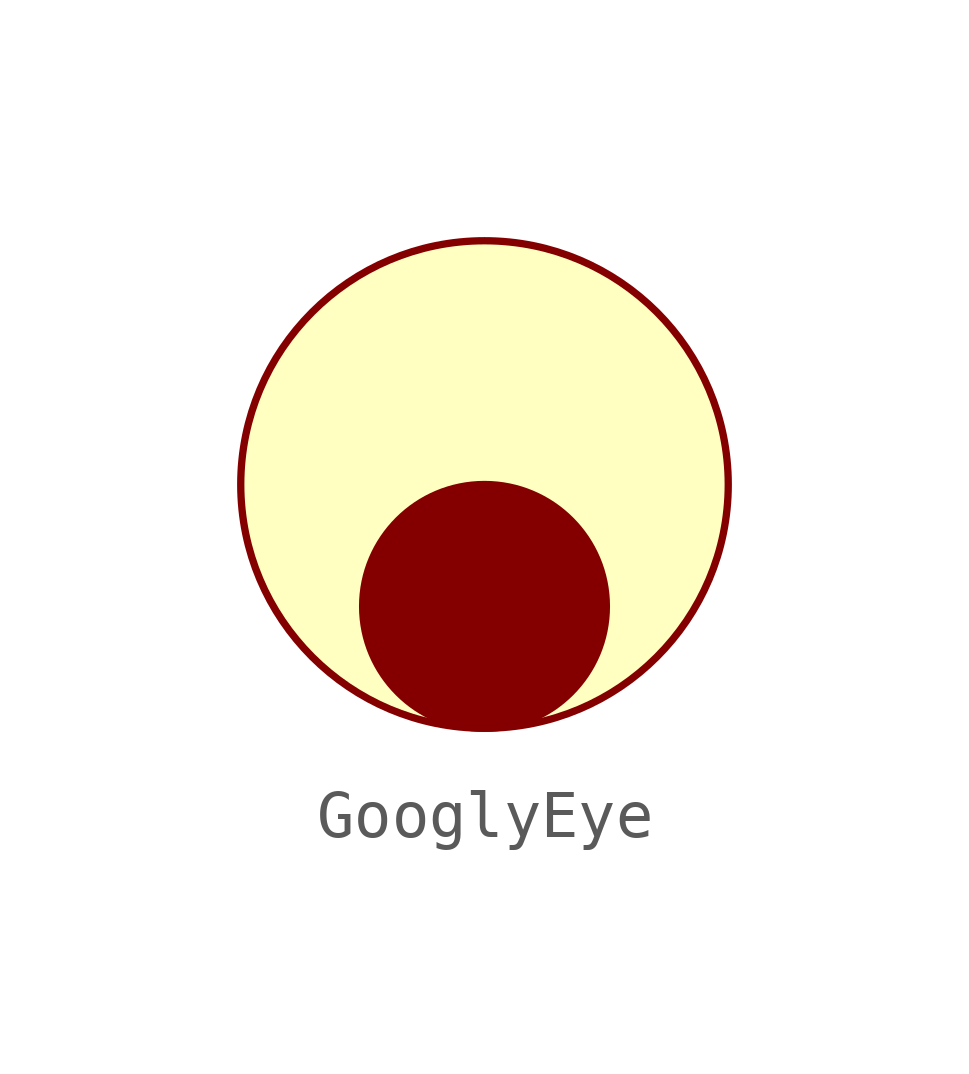
<source format=kicad_sym>
(kicad_symbol_lib
  (version 20220914)
  (generator kicad_symbol_editor)
  (symbol "GooglyEye"
    (pin_numbers hide)
    (pin_names
      (offset 0) hide)
    (property "Reference" "U"
      (at 0 0 0)
      (effects (font (size 1.27 1.27)) hide))
    (property "Value" ""
      (at 0 0 0)
      (effects (font (size 1.27 1.27))))
    (symbol "GooglyEye_1_1"
      (circle (center 0 -2.54) (radius 2.54) (stroke (width 0) (type default)) (fill (type outline)))
      (circle (center 0 0) (radius 5.08) (stroke (width 0) (type default)) (fill (type background))))))
</source>
